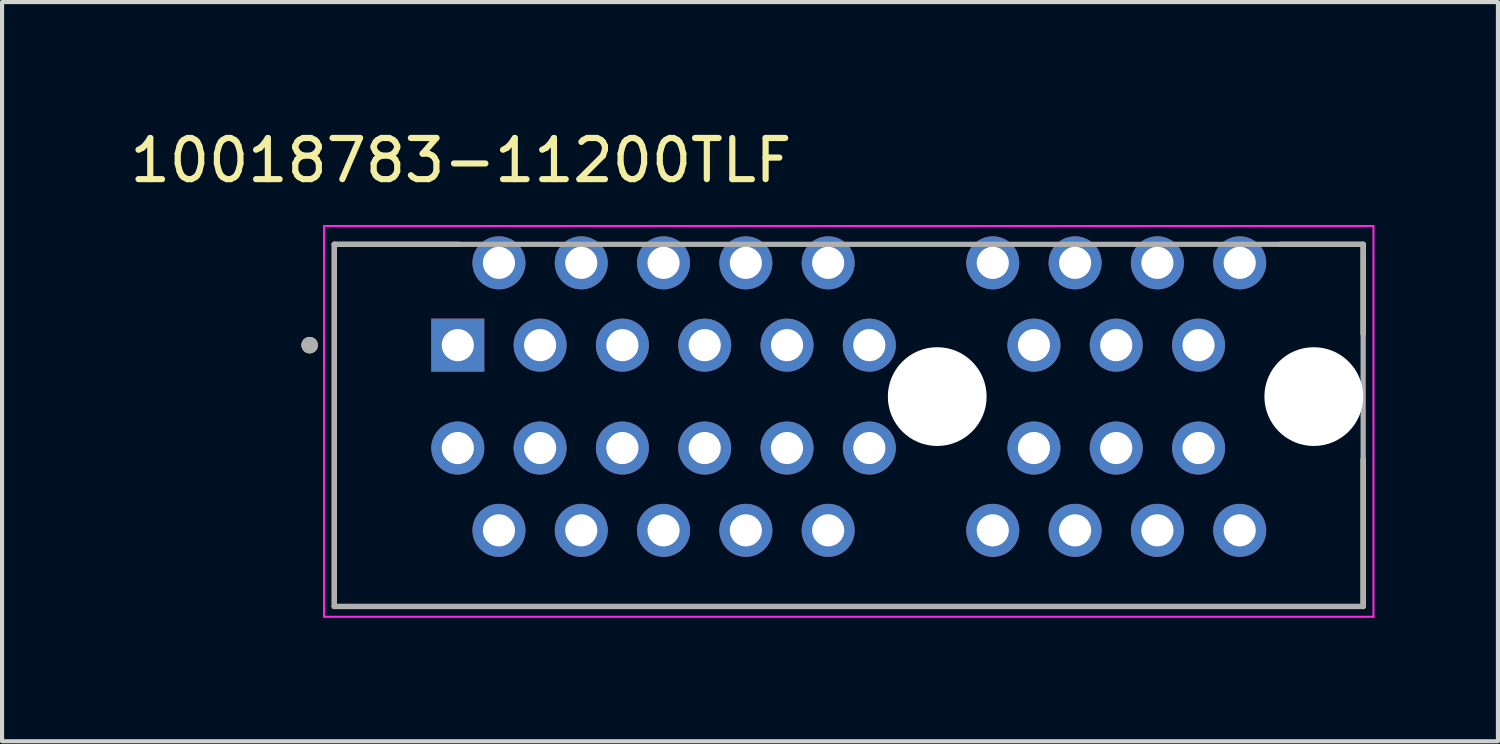
<source format=kicad_pcb>
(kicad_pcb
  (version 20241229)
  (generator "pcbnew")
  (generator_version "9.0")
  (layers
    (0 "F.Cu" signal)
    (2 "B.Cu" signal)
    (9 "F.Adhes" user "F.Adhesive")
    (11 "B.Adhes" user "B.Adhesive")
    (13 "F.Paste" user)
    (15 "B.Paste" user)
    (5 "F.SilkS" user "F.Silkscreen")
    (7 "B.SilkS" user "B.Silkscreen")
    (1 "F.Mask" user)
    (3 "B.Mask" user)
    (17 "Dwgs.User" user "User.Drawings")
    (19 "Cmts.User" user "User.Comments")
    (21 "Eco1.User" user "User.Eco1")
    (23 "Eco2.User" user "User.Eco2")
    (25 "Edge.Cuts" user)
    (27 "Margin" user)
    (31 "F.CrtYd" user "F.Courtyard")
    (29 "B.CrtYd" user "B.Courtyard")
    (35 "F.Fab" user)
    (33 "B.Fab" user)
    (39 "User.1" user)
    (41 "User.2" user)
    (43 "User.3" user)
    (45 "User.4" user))
  (footprint "10018783-11200TLF"
    (layer "F.Cu")
    (at 19.574 6.587)
    (property "Reference" "10018783-11200TLF" (at -11.425 -5.739 0) (layer "F.SilkS") (effects (font (size 1 1) (thickness 0.15))))
    (attr through_hole)
    (fp_line (start -14.5 -3.7) (end -14.5 5.1) (stroke (width 0.127) (type solid)) (layer "F.SilkS"))
    (fp_line (start -14.5 5.1) (end 10.5 5.1) (stroke (width 0.127) (type solid)) (layer "F.SilkS"))
    (fp_line (start -11.47 -3.7) (end -14.5 -3.7) (stroke (width 0.127) (type solid)) (layer "F.SilkS"))
    (fp_line (start 10.5 -3.7) (end 8.47 -3.7) (stroke (width 0.127) (type solid)) (layer "F.SilkS"))
    (fp_line (start 10.5 -1.52) (end 10.5 -3.7) (stroke (width 0.127) (type solid)) (layer "F.SilkS"))
    (fp_line (start 10.5 5.1) (end 10.5 1.52) (stroke (width 0.127) (type solid)) (layer "F.SilkS"))
    (fp_circle (center -15.1 -1.25) (end -15 -1.25) (stroke (width 0.2) (type solid)) (fill no) (layer "F.SilkS"))
    (fp_line (start -14.75 -4.144) (end -14.75 5.35) (stroke (width 0.05) (type solid)) (layer "F.CrtYd"))
    (fp_line (start -14.75 5.35) (end 10.75 5.35) (stroke (width 0.05) (type solid)) (layer "F.CrtYd"))
    (fp_line (start 10.75 -4.144) (end -14.75 -4.144) (stroke (width 0.05) (type solid)) (layer "F.CrtYd"))
    (fp_line (start 10.75 5.35) (end 10.75 -4.144) (stroke (width 0.05) (type solid)) (layer "F.CrtYd"))
    (fp_line (start -14.5 -3.7) (end -14.5 5.1) (stroke (width 0.127) (type solid)) (layer "F.Fab"))
    (fp_line (start -14.5 5.1) (end 10.5 5.1) (stroke (width 0.127) (type solid)) (layer "F.Fab"))
    (fp_line (start 10.5 -3.7) (end -14.5 -3.7) (stroke (width 0.127) (type solid)) (layer "F.Fab"))
    (fp_line (start 10.5 5.1) (end 10.5 -3.7) (stroke (width 0.127) (type solid)) (layer "F.Fab"))
    (fp_circle (center -15.1 -1.25) (end -15 -1.25) (stroke (width 0.2) (type solid)) (fill no) (layer "F.Fab"))
    (pad "" np_thru_hole circle (at 0.15 0) (size 2.4 2.4) (drill 2.4) (layers "*.Cu" "*.Mask"))
    (pad "" np_thru_hole circle (at 9.3 0) (size 2.4 2.4) (drill 2.4) (layers "*.Cu" "*.Mask"))
    (pad "A1" thru_hole rect (at -11.5 -1.25) (size 1.288 1.288) (drill 0.78) (layers "*.Cu" "*.Mask"))
    (pad "A2" thru_hole circle (at -10.5 -3.25) (size 1.288 1.288) (drill 0.78) (layers "*.Cu" "*.Mask"))
    (pad "A3" thru_hole circle (at -9.5 -1.25) (size 1.288 1.288) (drill 0.78) (layers "*.Cu" "*.Mask"))
    (pad "A4" thru_hole circle (at -8.5 -3.25) (size 1.288 1.288) (drill 0.78) (layers "*.Cu" "*.Mask"))
    (pad "A5" thru_hole circle (at -7.5 -1.25) (size 1.288 1.288) (drill 0.78) (layers "*.Cu" "*.Mask"))
    (pad "A6" thru_hole circle (at -6.5 -3.25) (size 1.288 1.288) (drill 0.78) (layers "*.Cu" "*.Mask"))
    (pad "A7" thru_hole circle (at -5.5 -1.25) (size 1.288 1.288) (drill 0.78) (layers "*.Cu" "*.Mask"))
    (pad "A8" thru_hole circle (at -4.5 -3.25) (size 1.288 1.288) (drill 0.78) (layers "*.Cu" "*.Mask"))
    (pad "A9" thru_hole circle (at -3.5 -1.25) (size 1.288 1.288) (drill 0.78) (layers "*.Cu" "*.Mask"))
    (pad "A10" thru_hole circle (at -2.5 -3.25) (size 1.288 1.288) (drill 0.78) (layers "*.Cu" "*.Mask"))
    (pad "A11" thru_hole circle (at -1.5 -1.25) (size 1.288 1.288) (drill 0.78) (layers "*.Cu" "*.Mask"))
    (pad "A12" thru_hole circle (at 1.5 -3.25) (size 1.288 1.288) (drill 0.78) (layers "*.Cu" "*.Mask"))
    (pad "A13" thru_hole circle (at 2.5 -1.25) (size 1.288 1.288) (drill 0.78) (layers "*.Cu" "*.Mask"))
    (pad "A14" thru_hole circle (at 3.5 -3.25) (size 1.288 1.288) (drill 0.78) (layers "*.Cu" "*.Mask"))
    (pad "A15" thru_hole circle (at 4.5 -1.25) (size 1.288 1.288) (drill 0.78) (layers "*.Cu" "*.Mask"))
    (pad "A16" thru_hole circle (at 5.5 -3.25) (size 1.288 1.288) (drill 0.78) (layers "*.Cu" "*.Mask"))
    (pad "A17" thru_hole circle (at 6.5 -1.25) (size 1.288 1.288) (drill 0.78) (layers "*.Cu" "*.Mask"))
    (pad "A18" thru_hole circle (at 7.5 -3.25) (size 1.288 1.288) (drill 0.78) (layers "*.Cu" "*.Mask"))
    (pad "B1" thru_hole circle (at -11.5 1.25) (size 1.288 1.288) (drill 0.78) (layers "*.Cu" "*.Mask"))
    (pad "B2" thru_hole circle (at -10.5 3.25) (size 1.288 1.288) (drill 0.78) (layers "*.Cu" "*.Mask"))
    (pad "B3" thru_hole circle (at -9.5 1.25) (size 1.288 1.288) (drill 0.78) (layers "*.Cu" "*.Mask"))
    (pad "B4" thru_hole circle (at -8.5 3.25) (size 1.288 1.288) (drill 0.78) (layers "*.Cu" "*.Mask"))
    (pad "B5" thru_hole circle (at -7.5 1.25) (size 1.288 1.288) (drill 0.78) (layers "*.Cu" "*.Mask"))
    (pad "B6" thru_hole circle (at -6.5 3.25) (size 1.288 1.288) (drill 0.78) (layers "*.Cu" "*.Mask"))
    (pad "B7" thru_hole circle (at -5.5 1.25) (size 1.288 1.288) (drill 0.78) (layers "*.Cu" "*.Mask"))
    (pad "B8" thru_hole circle (at -4.5 3.25) (size 1.288 1.288) (drill 0.78) (layers "*.Cu" "*.Mask"))
    (pad "B9" thru_hole circle (at -3.5 1.25) (size 1.288 1.288) (drill 0.78) (layers "*.Cu" "*.Mask"))
    (pad "B10" thru_hole circle (at -2.5 3.25) (size 1.288 1.288) (drill 0.78) (layers "*.Cu" "*.Mask"))
    (pad "B11" thru_hole circle (at -1.5 1.25) (size 1.288 1.288) (drill 0.78) (layers "*.Cu" "*.Mask"))
    (pad "B12" thru_hole circle (at 1.5 3.25) (size 1.288 1.288) (drill 0.78) (layers "*.Cu" "*.Mask"))
    (pad "B13" thru_hole circle (at 2.5 1.25) (size 1.288 1.288) (drill 0.78) (layers "*.Cu" "*.Mask"))
    (pad "B14" thru_hole circle (at 3.5 3.25) (size 1.288 1.288) (drill 0.78) (layers "*.Cu" "*.Mask"))
    (pad "B15" thru_hole circle (at 4.5 1.25) (size 1.288 1.288) (drill 0.78) (layers "*.Cu" "*.Mask"))
    (pad "B16" thru_hole circle (at 5.5 3.25) (size 1.288 1.288) (drill 0.78) (layers "*.Cu" "*.Mask"))
    (pad "B17" thru_hole circle (at 6.5 1.25) (size 1.288 1.288) (drill 0.78) (layers "*.Cu" "*.Mask"))
    (pad "B18" thru_hole circle (at 7.5 3.25) (size 1.288 1.288) (drill 0.78) (layers "*.Cu" "*.Mask")))
  (gr_rect
    (start -3 -3)
    (end 33.349 14.962)
    (stroke (width 0.1) (type default))
    (fill no)
    (layer "Edge.Cuts")))
</source>
